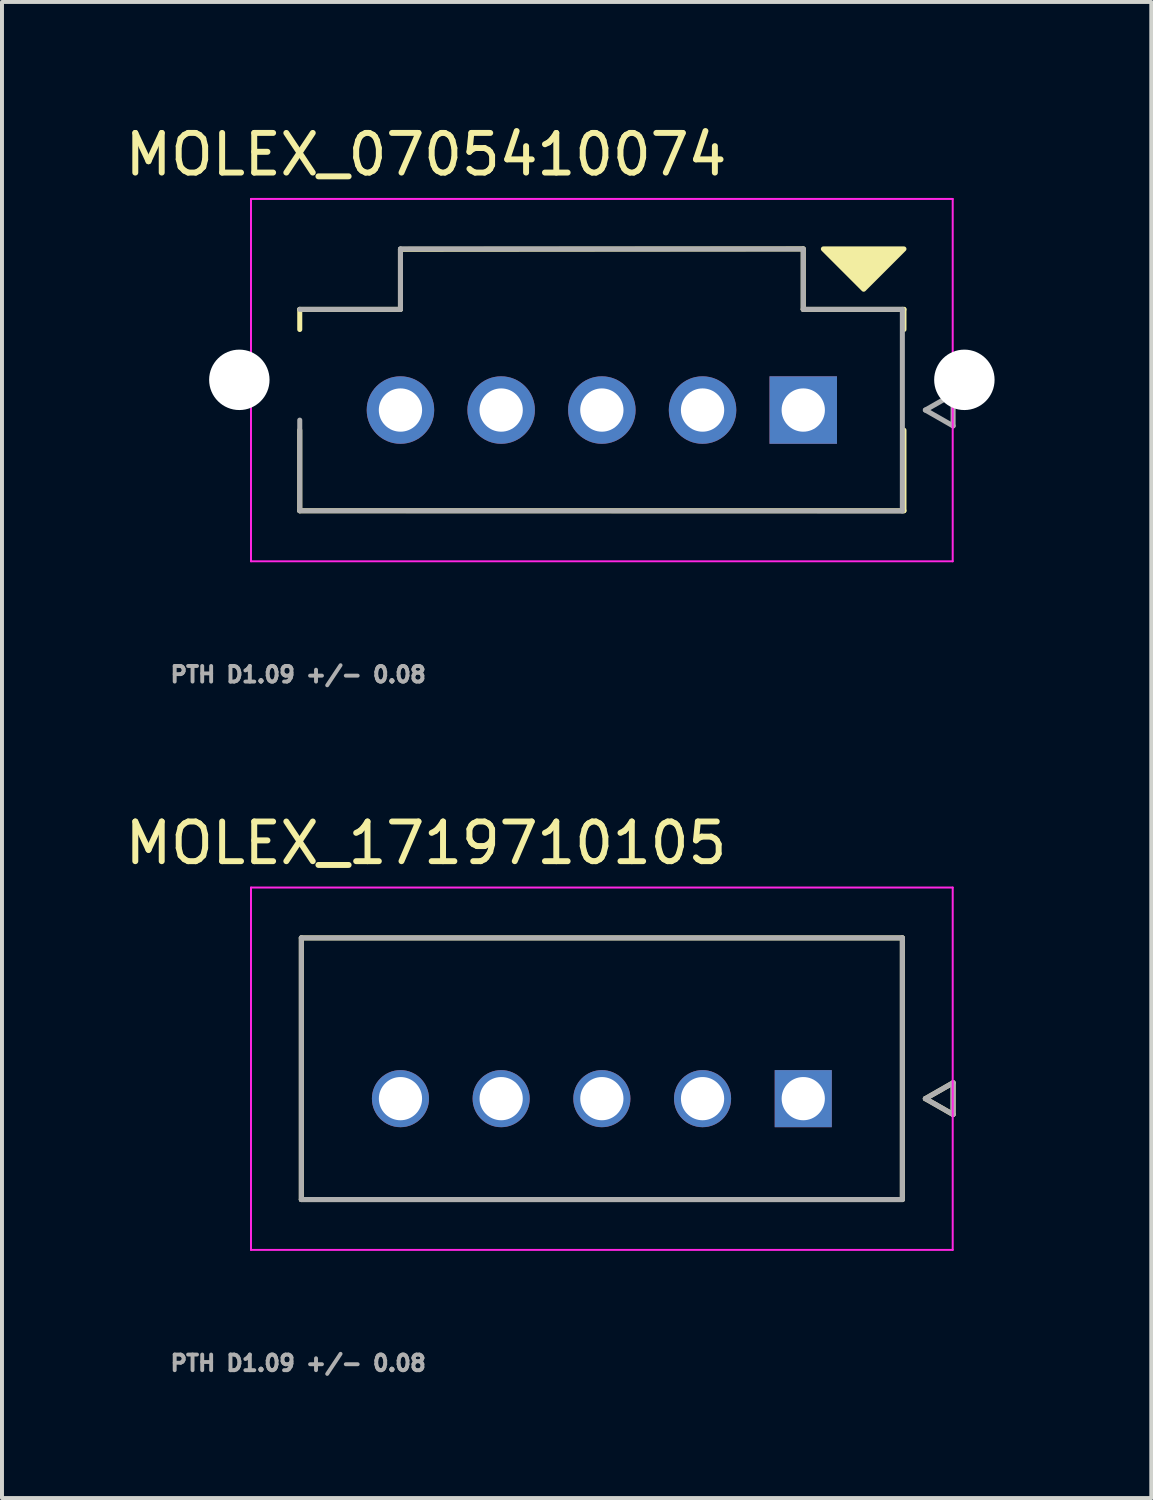
<source format=kicad_pcb>
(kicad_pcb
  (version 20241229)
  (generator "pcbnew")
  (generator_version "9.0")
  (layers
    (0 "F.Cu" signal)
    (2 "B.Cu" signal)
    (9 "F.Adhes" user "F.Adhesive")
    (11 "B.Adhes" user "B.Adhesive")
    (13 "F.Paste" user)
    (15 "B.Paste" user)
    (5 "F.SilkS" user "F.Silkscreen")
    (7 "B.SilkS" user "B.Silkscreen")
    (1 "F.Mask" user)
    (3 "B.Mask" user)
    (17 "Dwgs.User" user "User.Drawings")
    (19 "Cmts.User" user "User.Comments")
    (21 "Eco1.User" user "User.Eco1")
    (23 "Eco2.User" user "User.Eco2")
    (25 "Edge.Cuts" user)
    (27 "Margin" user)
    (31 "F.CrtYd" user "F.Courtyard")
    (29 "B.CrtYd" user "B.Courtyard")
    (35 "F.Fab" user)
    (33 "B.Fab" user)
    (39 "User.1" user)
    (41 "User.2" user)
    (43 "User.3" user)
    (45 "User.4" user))
  (footprint "MOLEX_1719710105"
    (layer "F.Cu")
    (at 17.211 24.662)
    (property "Reference" "MOLEX_1719710105" (at -9.515 -6.445 0) (layer "F.SilkS") (effects (font (size 1 1) (thickness 0.15))))
    (attr through_hole)
    (fp_circle (center -10.16 0) (end -9.762 0) (stroke (width 0.796) (type solid)) (fill no) (layer "F.Mask"))
    (fp_circle (center -7.62 0) (end -7.222 0) (stroke (width 0.796) (type solid)) (fill no) (layer "F.Mask"))
    (fp_circle (center -5.08 0) (end -4.682 0) (stroke (width 0.796) (type solid)) (fill no) (layer "F.Mask"))
    (fp_circle (center -2.54 0) (end -2.142 0) (stroke (width 0.796) (type solid)) (fill no) (layer "F.Mask"))
    (fp_poly (pts (xy -0.796 -0.796) (xy 0.796 -0.796) (xy 0.796 0.796) (xy -0.796 0.796)) (stroke (width 0.01) (type solid)) (fill yes) (layer "F.Mask"))
    (fp_circle (center -10.16 0) (end -9.762 0) (stroke (width 0.796) (type solid)) (fill no) (layer "B.Mask"))
    (fp_circle (center -7.62 0) (end -7.222 0) (stroke (width 0.796) (type solid)) (fill no) (layer "B.Mask"))
    (fp_circle (center -5.08 0) (end -4.682 0) (stroke (width 0.796) (type solid)) (fill no) (layer "B.Mask"))
    (fp_circle (center -2.54 0) (end -2.142 0) (stroke (width 0.796) (type solid)) (fill no) (layer "B.Mask"))
    (fp_poly (pts (xy -0.796 -0.796) (xy 0.796 -0.796) (xy 0.796 0.796) (xy -0.796 0.796)) (stroke (width 0.01) (type solid)) (fill yes) (layer "B.Mask"))
    (fp_line (start -12.66 -4.055) (end 2.5 -4.055) (stroke (width 0.127) (type solid)) (layer "F.SilkS"))
    (fp_line (start -12.66 2.545) (end -12.66 -4.055) (stroke (width 0.127) (type solid)) (layer "F.SilkS"))
    (fp_line (start 2.5 -4.055) (end 2.5 2.545) (stroke (width 0.127) (type solid)) (layer "F.SilkS"))
    (fp_line (start 2.5 2.545) (end -12.66 2.545) (stroke (width 0.127) (type solid)) (layer "F.SilkS"))
    (fp_line (start 3.08 0) (end 3.78 0.4) (stroke (width 0.127) (type solid)) (layer "F.SilkS"))
    (fp_line (start 3.78 -0.4) (end 3.08 0) (stroke (width 0.127) (type solid)) (layer "F.SilkS"))
    (fp_line (start 3.78 0.4) (end 3.78 -0.4) (stroke (width 0.127) (type solid)) (layer "F.SilkS"))
    (fp_line (start -13.93 -5.325) (end 3.77 -5.325) (stroke (width 0.05) (type solid)) (layer "F.CrtYd"))
    (fp_line (start -13.93 3.815) (end -13.93 -5.325) (stroke (width 0.05) (type solid)) (layer "F.CrtYd"))
    (fp_line (start -13.93 3.815) (end 3.77 3.815) (stroke (width 0.05) (type solid)) (layer "F.CrtYd"))
    (fp_line (start 3.77 -5.325) (end 3.77 3.815) (stroke (width 0.05) (type solid)) (layer "F.CrtYd"))
    (fp_line (start -12.66 -4.055) (end 2.5 -4.055) (stroke (width 0.127) (type solid)) (layer "F.Fab"))
    (fp_line (start -12.66 2.545) (end -12.66 -4.055) (stroke (width 0.127) (type solid)) (layer "F.Fab"))
    (fp_line (start 2.5 -4.055) (end 2.5 2.545) (stroke (width 0.127) (type solid)) (layer "F.Fab"))
    (fp_line (start 2.5 2.545) (end -12.66 2.545) (stroke (width 0.127) (type solid)) (layer "F.Fab"))
    (fp_line (start 3.08 0) (end 3.78 0.4) (stroke (width 0.127) (type solid)) (layer "F.Fab"))
    (fp_line (start 3.78 -0.4) (end 3.08 0) (stroke (width 0.127) (type solid)) (layer "F.Fab"))
    (fp_line (start 3.78 0.4) (end 3.78 -0.4) (stroke (width 0.127) (type solid)) (layer "F.Fab"))
    (fp_text user "PTH D1.09 +/- 0.08" (at -12.74 6.672 0) (layer "F.Fab") (effects (font (size 0.394 0.394) (thickness 0.15))))
    (pad "1" thru_hole rect (at 0 0) (size 1.44 1.44) (drill 1.09) (layers "*.Cu"))
    (pad "2" thru_hole circle (at -2.54 0) (size 1.44 1.44) (drill 1.09) (layers "*.Cu"))
    (pad "3" thru_hole circle (at -5.08 0) (size 1.44 1.44) (drill 1.09) (layers "*.Cu"))
    (pad "4" thru_hole circle (at -7.62 0) (size 1.44 1.44) (drill 1.09) (layers "*.Cu"))
    (pad "5" thru_hole circle (at -10.16 0) (size 1.44 1.44) (drill 1.09) (layers "*.Cu")))
  (footprint "MOLEX_0705410074"
    (layer "F.Cu")
    (at 17.211 7.293)
    (property "Reference" "MOLEX_0705410074" (at -9.515 -6.445 0) (layer "F.SilkS") (effects (font (size 1 1) (thickness 0.15))))
    (attr through_hole)
    (fp_circle (center -10.16 0) (end -9.762 0) (stroke (width 0.796) (type solid)) (fill no) (layer "F.Mask"))
    (fp_circle (center -7.62 0) (end -7.222 0) (stroke (width 0.796) (type solid)) (fill no) (layer "F.Mask"))
    (fp_circle (center -5.08 0) (end -4.682 0) (stroke (width 0.796) (type solid)) (fill no) (layer "F.Mask"))
    (fp_circle (center -2.54 0) (end -2.142 0) (stroke (width 0.796) (type solid)) (fill no) (layer "F.Mask"))
    (fp_poly (pts (xy -0.796 -0.796) (xy 0.796 -0.796) (xy 0.796 0.796) (xy -0.796 0.796)) (stroke (width 0.01) (type solid)) (fill yes) (layer "F.Mask"))
    (fp_circle (center -10.16 0) (end -9.762 0) (stroke (width 0.796) (type solid)) (fill no) (layer "B.Mask"))
    (fp_circle (center -7.62 0) (end -7.222 0) (stroke (width 0.796) (type solid)) (fill no) (layer "B.Mask"))
    (fp_circle (center -5.08 0) (end -4.682 0) (stroke (width 0.796) (type solid)) (fill no) (layer "B.Mask"))
    (fp_circle (center -2.54 0) (end -2.142 0) (stroke (width 0.796) (type solid)) (fill no) (layer "B.Mask"))
    (fp_poly (pts (xy -0.796 -0.796) (xy 0.796 -0.796) (xy 0.796 0.796) (xy -0.796 0.796)) (stroke (width 0.01) (type solid)) (fill yes) (layer "B.Mask"))
    (fp_line (start -12.7 -2.54) (end -10.16 -2.54) (stroke (width 0.127) (type solid)) (layer "F.SilkS"))
    (fp_line (start -12.7 -2.032) (end -12.7 -2.54) (stroke (width 0.127) (type solid)) (layer "F.SilkS"))
    (fp_line (start -12.7 2.54) (end -12.7 0.508) (stroke (width 0.127) (type solid)) (layer "F.SilkS"))
    (fp_line (start -10.16 -4.055) (end 0 -4.064) (stroke (width 0.127) (type solid)) (layer "F.SilkS"))
    (fp_line (start -10.16 -2.54) (end -10.16 -4.055) (stroke (width 0.127) (type solid)) (layer "F.SilkS"))
    (fp_line (start 0 -2.54) (end 0 -4.064) (stroke (width 0.127) (type solid)) (layer "F.SilkS"))
    (fp_line (start 2.54 -2.54) (end 0 -2.54) (stroke (width 0.127) (type solid)) (layer "F.SilkS"))
    (fp_line (start 2.54 -2.54) (end 2.54 -2.032) (stroke (width 0.127) (type solid)) (layer "F.SilkS"))
    (fp_line (start 2.54 2.54) (end -12.7 2.54) (stroke (width 0.127) (type solid)) (layer "F.SilkS"))
    (fp_line (start 2.54 2.54) (end 2.54 0.508) (stroke (width 0.127) (type solid)) (layer "F.SilkS"))
    (fp_poly (pts (xy 1.524 -3.048) (xy 0.508 -4.064) (xy 2.54 -4.064)) (stroke (width 0.127) (type solid)) (fill yes) (layer "F.SilkS"))
    (fp_line (start -13.93 -5.325) (end 3.77 -5.325) (stroke (width 0.05) (type solid)) (layer "F.CrtYd"))
    (fp_line (start -13.93 3.815) (end -13.93 -5.325) (stroke (width 0.05) (type solid)) (layer "F.CrtYd"))
    (fp_line (start -13.93 3.815) (end 3.77 3.815) (stroke (width 0.05) (type solid)) (layer "F.CrtYd"))
    (fp_line (start 3.77 -5.325) (end 3.77 3.815) (stroke (width 0.05) (type solid)) (layer "F.CrtYd"))
    (fp_line (start -12.7 -2.54) (end -10.16 -2.54) (stroke (width 0.127) (type solid)) (layer "F.Fab"))
    (fp_line (start -12.7 0.254) (end -12.7 2.54) (stroke (width 0.127) (type solid)) (layer "F.Fab"))
    (fp_line (start -10.16 -4.064) (end 0 -4.064) (stroke (width 0.127) (type solid)) (layer "F.Fab"))
    (fp_line (start -10.16 -2.54) (end -10.16 -4.064) (stroke (width 0.127) (type solid)) (layer "F.Fab"))
    (fp_line (start 0 -4.064) (end 0 -2.54) (stroke (width 0.127) (type solid)) (layer "F.Fab"))
    (fp_line (start 0 -2.54) (end 2.5 -2.54) (stroke (width 0.127) (type solid)) (layer "F.Fab"))
    (fp_line (start 2.5 -2.54) (end 2.5 2.545) (stroke (width 0.127) (type solid)) (layer "F.Fab"))
    (fp_line (start 2.5 2.545) (end -12.7 2.54) (stroke (width 0.127) (type solid)) (layer "F.Fab"))
    (fp_line (start 3.08 0) (end 3.78 0.4) (stroke (width 0.127) (type solid)) (layer "F.Fab"))
    (fp_line (start 3.78 -0.4) (end 3.08 0) (stroke (width 0.127) (type solid)) (layer "F.Fab"))
    (fp_line (start 3.78 0.4) (end 3.78 -0.4) (stroke (width 0.127) (type solid)) (layer "F.Fab"))
    (fp_text user "PTH D1.09 +/- 0.08" (at -12.74 6.672 0) (layer "F.Fab") (effects (font (size 0.394 0.394) (thickness 0.15))))
    (pad "" np_thru_hole circle (at -14.224 -0.762) (size 1.524 1.524) (drill 3.429) (layers "*.Cu" "*.Mask"))
    (pad "" np_thru_hole circle (at 4.064 -0.762) (size 1.524 1.524) (drill 3.429) (layers "*.Cu" "*.Mask"))
    (pad "1" thru_hole rect (at 0 0) (size 1.702 1.702) (drill 1.092) (layers "*.Cu"))
    (pad "2" thru_hole circle (at -2.54 0) (size 1.702 1.702) (drill 1.092) (layers "*.Cu"))
    (pad "3" thru_hole circle (at -5.08 0) (size 1.702 1.702) (drill 1.092) (layers "*.Cu"))
    (pad "4" thru_hole circle (at -7.62 0) (size 1.702 1.702) (drill 1.092) (layers "*.Cu"))
    (pad "5" thru_hole circle (at -10.16 0) (size 1.702 1.702) (drill 1.092) (layers "*.Cu")))
  (gr_rect
    (start -3 -3)
    (end 25.99 34.737)
    (stroke (width 0.1) (type default))
    (fill no)
    (layer "Edge.Cuts")))
</source>
